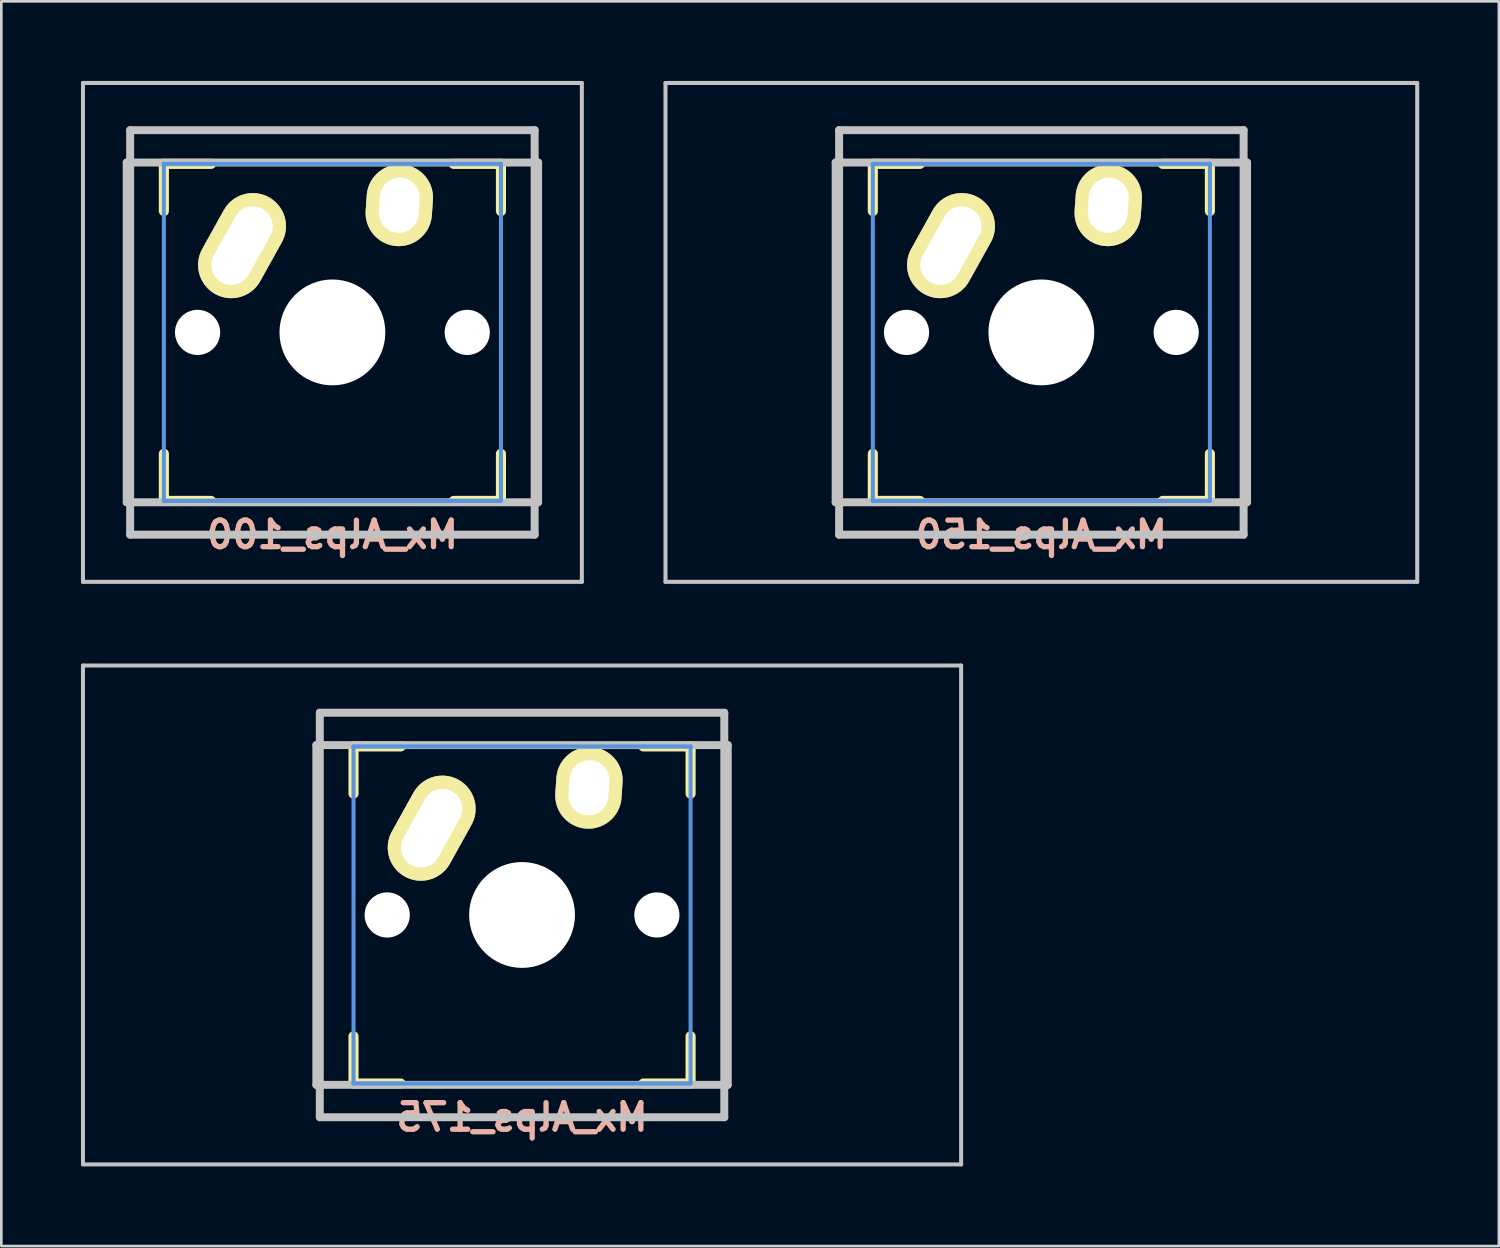
<source format=kicad_pcb>
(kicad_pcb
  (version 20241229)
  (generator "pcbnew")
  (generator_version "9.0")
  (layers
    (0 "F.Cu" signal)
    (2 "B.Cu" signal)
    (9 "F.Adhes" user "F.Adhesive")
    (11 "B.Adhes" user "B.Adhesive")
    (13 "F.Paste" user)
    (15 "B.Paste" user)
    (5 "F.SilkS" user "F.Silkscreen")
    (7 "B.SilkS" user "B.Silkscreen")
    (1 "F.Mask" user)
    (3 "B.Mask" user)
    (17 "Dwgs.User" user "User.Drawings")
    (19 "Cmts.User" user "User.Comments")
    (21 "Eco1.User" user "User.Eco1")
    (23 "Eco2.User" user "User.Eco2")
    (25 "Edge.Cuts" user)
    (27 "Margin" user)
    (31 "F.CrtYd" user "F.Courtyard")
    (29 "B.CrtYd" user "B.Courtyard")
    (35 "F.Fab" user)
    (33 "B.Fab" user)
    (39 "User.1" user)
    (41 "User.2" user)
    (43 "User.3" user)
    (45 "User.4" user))
  (footprint "Mx_Alps_100"
    (layer "F.Cu")
    (at 9.474 9.474)
    (property "Reference" "Mx_Alps_100" (at 0 7.62 0) (layer "B.SilkS") (effects (font (size 1 1) (thickness 0.2)) (justify mirror)))
    (attr through_hole)
    (fp_line (start -6.35 -6.35) (end -4.572 -6.35) (stroke (width 0.381) (type solid)) (layer "F.SilkS"))
    (fp_line (start -6.35 -4.572) (end -6.35 -6.35) (stroke (width 0.381) (type solid)) (layer "F.SilkS"))
    (fp_line (start -6.35 6.35) (end -6.35 4.572) (stroke (width 0.381) (type solid)) (layer "F.SilkS"))
    (fp_line (start -4.572 6.35) (end -6.35 6.35) (stroke (width 0.381) (type solid)) (layer "F.SilkS"))
    (fp_line (start 4.572 -6.35) (end 6.35 -6.35) (stroke (width 0.381) (type solid)) (layer "F.SilkS"))
    (fp_line (start 6.35 -6.35) (end 6.35 -4.572) (stroke (width 0.381) (type solid)) (layer "F.SilkS"))
    (fp_line (start 6.35 4.572) (end 6.35 6.35) (stroke (width 0.381) (type solid)) (layer "F.SilkS"))
    (fp_line (start 6.35 6.35) (end 4.572 6.35) (stroke (width 0.381) (type solid)) (layer "F.SilkS"))
    (fp_line (start -9.398 -9.398) (end 9.398 -9.398) (stroke (width 0.152) (type solid)) (layer "Dwgs.User"))
    (fp_line (start -9.398 9.398) (end -9.398 -9.398) (stroke (width 0.152) (type solid)) (layer "Dwgs.User"))
    (fp_line (start -7.75 6.4) (end -7.75 -6.4) (stroke (width 0.3) (type solid)) (layer "Dwgs.User"))
    (fp_line (start -7.75 6.4) (end 7.75 6.4) (stroke (width 0.3) (type solid)) (layer "Dwgs.User"))
    (fp_line (start -7.62 -7.62) (end 7.62 -7.62) (stroke (width 0.3) (type solid)) (layer "Dwgs.User"))
    (fp_line (start -7.62 7.62) (end -7.62 -7.62) (stroke (width 0.3) (type solid)) (layer "Dwgs.User"))
    (fp_line (start 7.62 -7.62) (end 7.62 7.62) (stroke (width 0.3) (type solid)) (layer "Dwgs.User"))
    (fp_line (start 7.62 7.62) (end -7.62 7.62) (stroke (width 0.3) (type solid)) (layer "Dwgs.User"))
    (fp_line (start 7.75 -6.4) (end -7.75 -6.4) (stroke (width 0.3) (type solid)) (layer "Dwgs.User"))
    (fp_line (start 7.75 6.4) (end 7.75 -6.4) (stroke (width 0.3) (type solid)) (layer "Dwgs.User"))
    (fp_line (start 9.398 -9.398) (end 9.398 9.398) (stroke (width 0.152) (type solid)) (layer "Dwgs.User"))
    (fp_line (start 9.398 9.398) (end -9.398 9.398) (stroke (width 0.152) (type solid)) (layer "Dwgs.User"))
    (fp_line (start -6.35 -6.35) (end 6.35 -6.35) (stroke (width 0.152) (type solid)) (layer "Cmts.User"))
    (fp_line (start -6.35 6.35) (end -6.35 -6.35) (stroke (width 0.152) (type solid)) (layer "Cmts.User"))
    (fp_line (start 6.35 -6.35) (end 6.35 6.35) (stroke (width 0.152) (type solid)) (layer "Cmts.User"))
    (fp_line (start 6.35 6.35) (end -6.35 6.35) (stroke (width 0.152) (type solid)) (layer "Cmts.User"))
    (fp_line (start -6.985 -6.985) (end 6.985 -6.985) (stroke (width 0.152) (type solid)) (layer "Eco2.User"))
    (fp_line (start -6.985 6.985) (end -6.985 -6.985) (stroke (width 0.152) (type solid)) (layer "Eco2.User"))
    (fp_line (start 6.985 -6.985) (end 6.985 6.985) (stroke (width 0.152) (type solid)) (layer "Eco2.User"))
    (fp_line (start 6.985 6.985) (end -6.985 6.985) (stroke (width 0.152) (type solid)) (layer "Eco2.User"))
    (pad "" np_thru_hole circle (at -5.08 0) (size 1.702 1.702) (drill 1.702) (layers "*.Cu"))
    (pad "" np_thru_hole circle (at 0 0) (size 3.988 3.988) (drill 3.988) (layers "*.Cu"))
    (pad "" np_thru_hole circle (at 5.08 0) (size 1.702 1.702) (drill 1.702) (layers "*.Cu"))
    (pad "1" thru_hole oval (at -3.405 -3.27 330.95) (size 2.5 4.17) (drill oval 1.5 3.17) (layers "*.Cu" "*.Mask" "F.SilkS"))
    (pad "2" thru_hole oval (at 2.52 -4.79 356.1) (size 2.5 3.08) (drill oval 1.5 2.08) (layers "*.Cu" "*.Mask" "F.SilkS")))
  (footprint "Mx_Alps_150"
    (layer "F.Cu")
    (at 36.185 9.474)
    (property "Reference" "Mx_Alps_150" (at 0 7.62 0) (layer "B.SilkS") (effects (font (size 1 1) (thickness 0.2)) (justify mirror)))
    (attr through_hole)
    (fp_line (start -6.35 -6.35) (end -4.572 -6.35) (stroke (width 0.381) (type solid)) (layer "F.SilkS"))
    (fp_line (start -6.35 -4.572) (end -6.35 -6.35) (stroke (width 0.381) (type solid)) (layer "F.SilkS"))
    (fp_line (start -6.35 6.35) (end -6.35 4.572) (stroke (width 0.381) (type solid)) (layer "F.SilkS"))
    (fp_line (start -4.572 6.35) (end -6.35 6.35) (stroke (width 0.381) (type solid)) (layer "F.SilkS"))
    (fp_line (start 4.572 -6.35) (end 6.35 -6.35) (stroke (width 0.381) (type solid)) (layer "F.SilkS"))
    (fp_line (start 6.35 -6.35) (end 6.35 -4.572) (stroke (width 0.381) (type solid)) (layer "F.SilkS"))
    (fp_line (start 6.35 4.572) (end 6.35 6.35) (stroke (width 0.381) (type solid)) (layer "F.SilkS"))
    (fp_line (start 6.35 6.35) (end 4.572 6.35) (stroke (width 0.381) (type solid)) (layer "F.SilkS"))
    (fp_line (start -14.161 -9.398) (end 14.161 -9.398) (stroke (width 0.152) (type solid)) (layer "Dwgs.User"))
    (fp_line (start -14.161 9.398) (end -14.161 -9.398) (stroke (width 0.152) (type solid)) (layer "Dwgs.User"))
    (fp_line (start -7.75 6.4) (end -7.75 -6.4) (stroke (width 0.3) (type solid)) (layer "Dwgs.User"))
    (fp_line (start -7.75 6.4) (end 7.75 6.4) (stroke (width 0.3) (type solid)) (layer "Dwgs.User"))
    (fp_line (start -7.62 -7.62) (end 7.62 -7.62) (stroke (width 0.3) (type solid)) (layer "Dwgs.User"))
    (fp_line (start -7.62 7.62) (end -7.62 -7.62) (stroke (width 0.3) (type solid)) (layer "Dwgs.User"))
    (fp_line (start 7.62 -7.62) (end 7.62 7.62) (stroke (width 0.3) (type solid)) (layer "Dwgs.User"))
    (fp_line (start 7.62 7.62) (end -7.62 7.62) (stroke (width 0.3) (type solid)) (layer "Dwgs.User"))
    (fp_line (start 7.75 -6.4) (end -7.75 -6.4) (stroke (width 0.3) (type solid)) (layer "Dwgs.User"))
    (fp_line (start 7.75 6.4) (end 7.75 -6.4) (stroke (width 0.3) (type solid)) (layer "Dwgs.User"))
    (fp_line (start 14.161 -9.398) (end 14.161 9.398) (stroke (width 0.152) (type solid)) (layer "Dwgs.User"))
    (fp_line (start 14.161 9.398) (end -14.161 9.398) (stroke (width 0.152) (type solid)) (layer "Dwgs.User"))
    (fp_line (start -6.35 -6.35) (end 6.35 -6.35) (stroke (width 0.152) (type solid)) (layer "Cmts.User"))
    (fp_line (start -6.35 6.35) (end -6.35 -6.35) (stroke (width 0.152) (type solid)) (layer "Cmts.User"))
    (fp_line (start 6.35 -6.35) (end 6.35 6.35) (stroke (width 0.152) (type solid)) (layer "Cmts.User"))
    (fp_line (start 6.35 6.35) (end -6.35 6.35) (stroke (width 0.152) (type solid)) (layer "Cmts.User"))
    (fp_line (start -6.985 -6.985) (end 6.985 -6.985) (stroke (width 0.152) (type solid)) (layer "Eco2.User"))
    (fp_line (start -6.985 6.985) (end -6.985 -6.985) (stroke (width 0.152) (type solid)) (layer "Eco2.User"))
    (fp_line (start 6.985 -6.985) (end 6.985 6.985) (stroke (width 0.152) (type solid)) (layer "Eco2.User"))
    (fp_line (start 6.985 6.985) (end -6.985 6.985) (stroke (width 0.152) (type solid)) (layer "Eco2.User"))
    (pad "" np_thru_hole circle (at -5.08 0) (size 1.702 1.702) (drill 1.702) (layers "*.Cu"))
    (pad "" np_thru_hole circle (at 0 0) (size 3.988 3.988) (drill 3.988) (layers "*.Cu"))
    (pad "" np_thru_hole circle (at 5.08 0) (size 1.702 1.702) (drill 1.702) (layers "*.Cu"))
    (pad "1" thru_hole oval (at -3.405 -3.27 330.95) (size 2.5 4.17) (drill oval 1.5 3.17) (layers "*.Cu" "*.Mask" "F.SilkS"))
    (pad "2" thru_hole oval (at 2.52 -4.79 356.1) (size 2.5 3.08) (drill oval 1.5 2.08) (layers "*.Cu" "*.Mask" "F.SilkS")))
  (footprint "Mx_Alps_175"
    (layer "F.Cu")
    (at 16.619 31.423)
    (property "Reference" "Mx_Alps_175" (at 0 7.62 0) (layer "B.SilkS") (effects (font (size 1 1) (thickness 0.2)) (justify mirror)))
    (attr through_hole)
    (fp_line (start -6.35 -6.35) (end -4.572 -6.35) (stroke (width 0.381) (type solid)) (layer "F.SilkS"))
    (fp_line (start -6.35 -4.572) (end -6.35 -6.35) (stroke (width 0.381) (type solid)) (layer "F.SilkS"))
    (fp_line (start -6.35 6.35) (end -6.35 4.572) (stroke (width 0.381) (type solid)) (layer "F.SilkS"))
    (fp_line (start -4.572 6.35) (end -6.35 6.35) (stroke (width 0.381) (type solid)) (layer "F.SilkS"))
    (fp_line (start 4.572 -6.35) (end 6.35 -6.35) (stroke (width 0.381) (type solid)) (layer "F.SilkS"))
    (fp_line (start 6.35 -6.35) (end 6.35 -4.572) (stroke (width 0.381) (type solid)) (layer "F.SilkS"))
    (fp_line (start 6.35 4.572) (end 6.35 6.35) (stroke (width 0.381) (type solid)) (layer "F.SilkS"))
    (fp_line (start 6.35 6.35) (end 4.572 6.35) (stroke (width 0.381) (type solid)) (layer "F.SilkS"))
    (fp_line (start -16.543 -9.398) (end 16.543 -9.398) (stroke (width 0.152) (type solid)) (layer "Dwgs.User"))
    (fp_line (start -16.543 9.398) (end -16.543 -9.398) (stroke (width 0.152) (type solid)) (layer "Dwgs.User"))
    (fp_line (start -7.75 6.4) (end -7.75 -6.4) (stroke (width 0.3) (type solid)) (layer "Dwgs.User"))
    (fp_line (start -7.75 6.4) (end 7.75 6.4) (stroke (width 0.3) (type solid)) (layer "Dwgs.User"))
    (fp_line (start -7.62 -7.62) (end 7.62 -7.62) (stroke (width 0.3) (type solid)) (layer "Dwgs.User"))
    (fp_line (start -7.62 7.62) (end -7.62 -7.62) (stroke (width 0.3) (type solid)) (layer "Dwgs.User"))
    (fp_line (start 7.62 -7.62) (end 7.62 7.62) (stroke (width 0.3) (type solid)) (layer "Dwgs.User"))
    (fp_line (start 7.62 7.62) (end -7.62 7.62) (stroke (width 0.3) (type solid)) (layer "Dwgs.User"))
    (fp_line (start 7.75 -6.4) (end -7.75 -6.4) (stroke (width 0.3) (type solid)) (layer "Dwgs.User"))
    (fp_line (start 7.75 6.4) (end 7.75 -6.4) (stroke (width 0.3) (type solid)) (layer "Dwgs.User"))
    (fp_line (start 16.543 -9.398) (end 16.543 9.398) (stroke (width 0.152) (type solid)) (layer "Dwgs.User"))
    (fp_line (start 16.543 9.398) (end -16.543 9.398) (stroke (width 0.152) (type solid)) (layer "Dwgs.User"))
    (fp_line (start -6.35 -6.35) (end 6.35 -6.35) (stroke (width 0.152) (type solid)) (layer "Cmts.User"))
    (fp_line (start -6.35 6.35) (end -6.35 -6.35) (stroke (width 0.152) (type solid)) (layer "Cmts.User"))
    (fp_line (start 6.35 -6.35) (end 6.35 6.35) (stroke (width 0.152) (type solid)) (layer "Cmts.User"))
    (fp_line (start 6.35 6.35) (end -6.35 6.35) (stroke (width 0.152) (type solid)) (layer "Cmts.User"))
    (fp_line (start -6.985 -6.985) (end 6.985 -6.985) (stroke (width 0.152) (type solid)) (layer "Eco2.User"))
    (fp_line (start -6.985 6.985) (end -6.985 -6.985) (stroke (width 0.152) (type solid)) (layer "Eco2.User"))
    (fp_line (start 6.985 -6.985) (end 6.985 6.985) (stroke (width 0.152) (type solid)) (layer "Eco2.User"))
    (fp_line (start 6.985 6.985) (end -6.985 6.985) (stroke (width 0.152) (type solid)) (layer "Eco2.User"))
    (pad "" np_thru_hole circle (at -5.08 0) (size 1.702 1.702) (drill 1.702) (layers "*.Cu"))
    (pad "" np_thru_hole circle (at 0 0) (size 3.988 3.988) (drill 3.988) (layers "*.Cu"))
    (pad "" np_thru_hole circle (at 5.08 0) (size 1.702 1.702) (drill 1.702) (layers "*.Cu"))
    (pad "1" thru_hole oval (at -3.405 -3.27 330.95) (size 2.5 4.17) (drill oval 1.5 3.17) (layers "*.Cu" "*.Mask" "F.SilkS"))
    (pad "2" thru_hole oval (at 2.52 -4.79 356.1) (size 2.5 3.08) (drill oval 1.5 2.08) (layers "*.Cu" "*.Mask" "F.SilkS")))
  (gr_rect
    (start -3 -3)
    (end 53.422 43.897)
    (stroke (width 0.1) (type default))
    (fill no)
    (layer "Edge.Cuts")))
</source>
